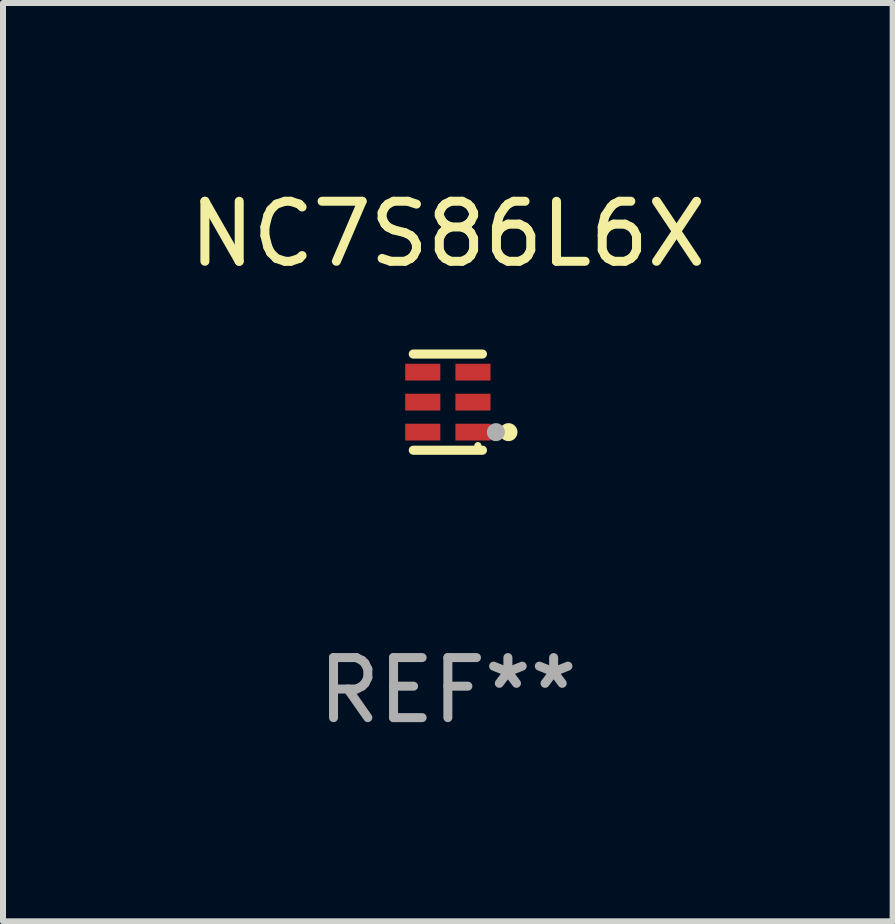
<source format=kicad_pcb>
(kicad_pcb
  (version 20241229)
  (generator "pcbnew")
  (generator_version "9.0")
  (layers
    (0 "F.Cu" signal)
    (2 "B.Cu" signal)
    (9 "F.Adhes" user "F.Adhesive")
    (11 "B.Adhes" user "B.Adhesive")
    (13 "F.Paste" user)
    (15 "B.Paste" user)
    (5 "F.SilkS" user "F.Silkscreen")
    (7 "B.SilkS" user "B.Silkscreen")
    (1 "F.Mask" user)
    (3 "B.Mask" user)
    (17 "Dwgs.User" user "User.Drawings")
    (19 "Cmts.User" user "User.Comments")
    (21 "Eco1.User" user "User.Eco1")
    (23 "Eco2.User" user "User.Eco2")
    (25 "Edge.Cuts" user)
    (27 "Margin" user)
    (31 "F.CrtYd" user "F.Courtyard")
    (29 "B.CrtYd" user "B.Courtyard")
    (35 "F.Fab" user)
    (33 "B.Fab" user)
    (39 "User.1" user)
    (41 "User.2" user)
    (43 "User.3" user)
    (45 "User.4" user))
  (footprint "NC7S86L6X"
    (layer "F.Cu")
    (at 4.411 3.649)
    (property "Reference" "NC7S86L6X" (at 0 -2.801 0) (layer "F.SilkS") (effects (font (size 1 1) (thickness 0.15))))
    (attr through_hole)
    (fp_line (start 0.576 -0.801) (end -0.576 -0.801) (stroke (width 0.152) (type solid)) (layer "F.SilkS"))
    (fp_line (start 0.576 0.801) (end -0.576 0.801) (stroke (width 0.152) (type solid)) (layer "F.SilkS"))
    (fp_circle (center 0.5 0.725) (end 0.53 0.725) (stroke (width 0.06) (type solid)) (fill no) (layer "F.SilkS"))
    (fp_circle (center 1.01 0.5) (end 1.085 0.5) (stroke (width 0.15) (type solid)) (fill no) (layer "F.SilkS"))
    (fp_circle (center 0.8 0.5) (end 0.875 0.5) (stroke (width 0.15) (type solid)) (fill no) (layer "F.Fab"))
    (fp_text user "REF**" (at 0 4.801 0) (layer "F.Fab") (effects (font (size 1 1) (thickness 0.15))))
    (pad "1" smd rect (at 0.418 0.5 90) (size 0.28 0.585) (layers "F.Cu" "F.Mask" "F.Paste"))
    (pad "2" smd rect (at 0.418 0 90) (size 0.28 0.585) (layers "F.Cu" "F.Mask" "F.Paste"))
    (pad "3" smd rect (at 0.418 -0.5 90) (size 0.28 0.585) (layers "F.Cu" "F.Mask" "F.Paste"))
    (pad "4" smd rect (at -0.418 -0.5 90) (size 0.28 0.585) (layers "F.Cu" "F.Mask" "F.Paste"))
    (pad "5" smd rect (at -0.418 0 90) (size 0.28 0.585) (layers "F.Cu" "F.Mask" "F.Paste"))
    (pad "6" smd rect (at -0.418 0.5 90) (size 0.28 0.585) (layers "F.Cu" "F.Mask" "F.Paste")))
  (gr_rect
    (start -3 -3)
    (end 11.821 12.299)
    (stroke (width 0.1) (type default))
    (fill no)
    (layer "Edge.Cuts")))
</source>
